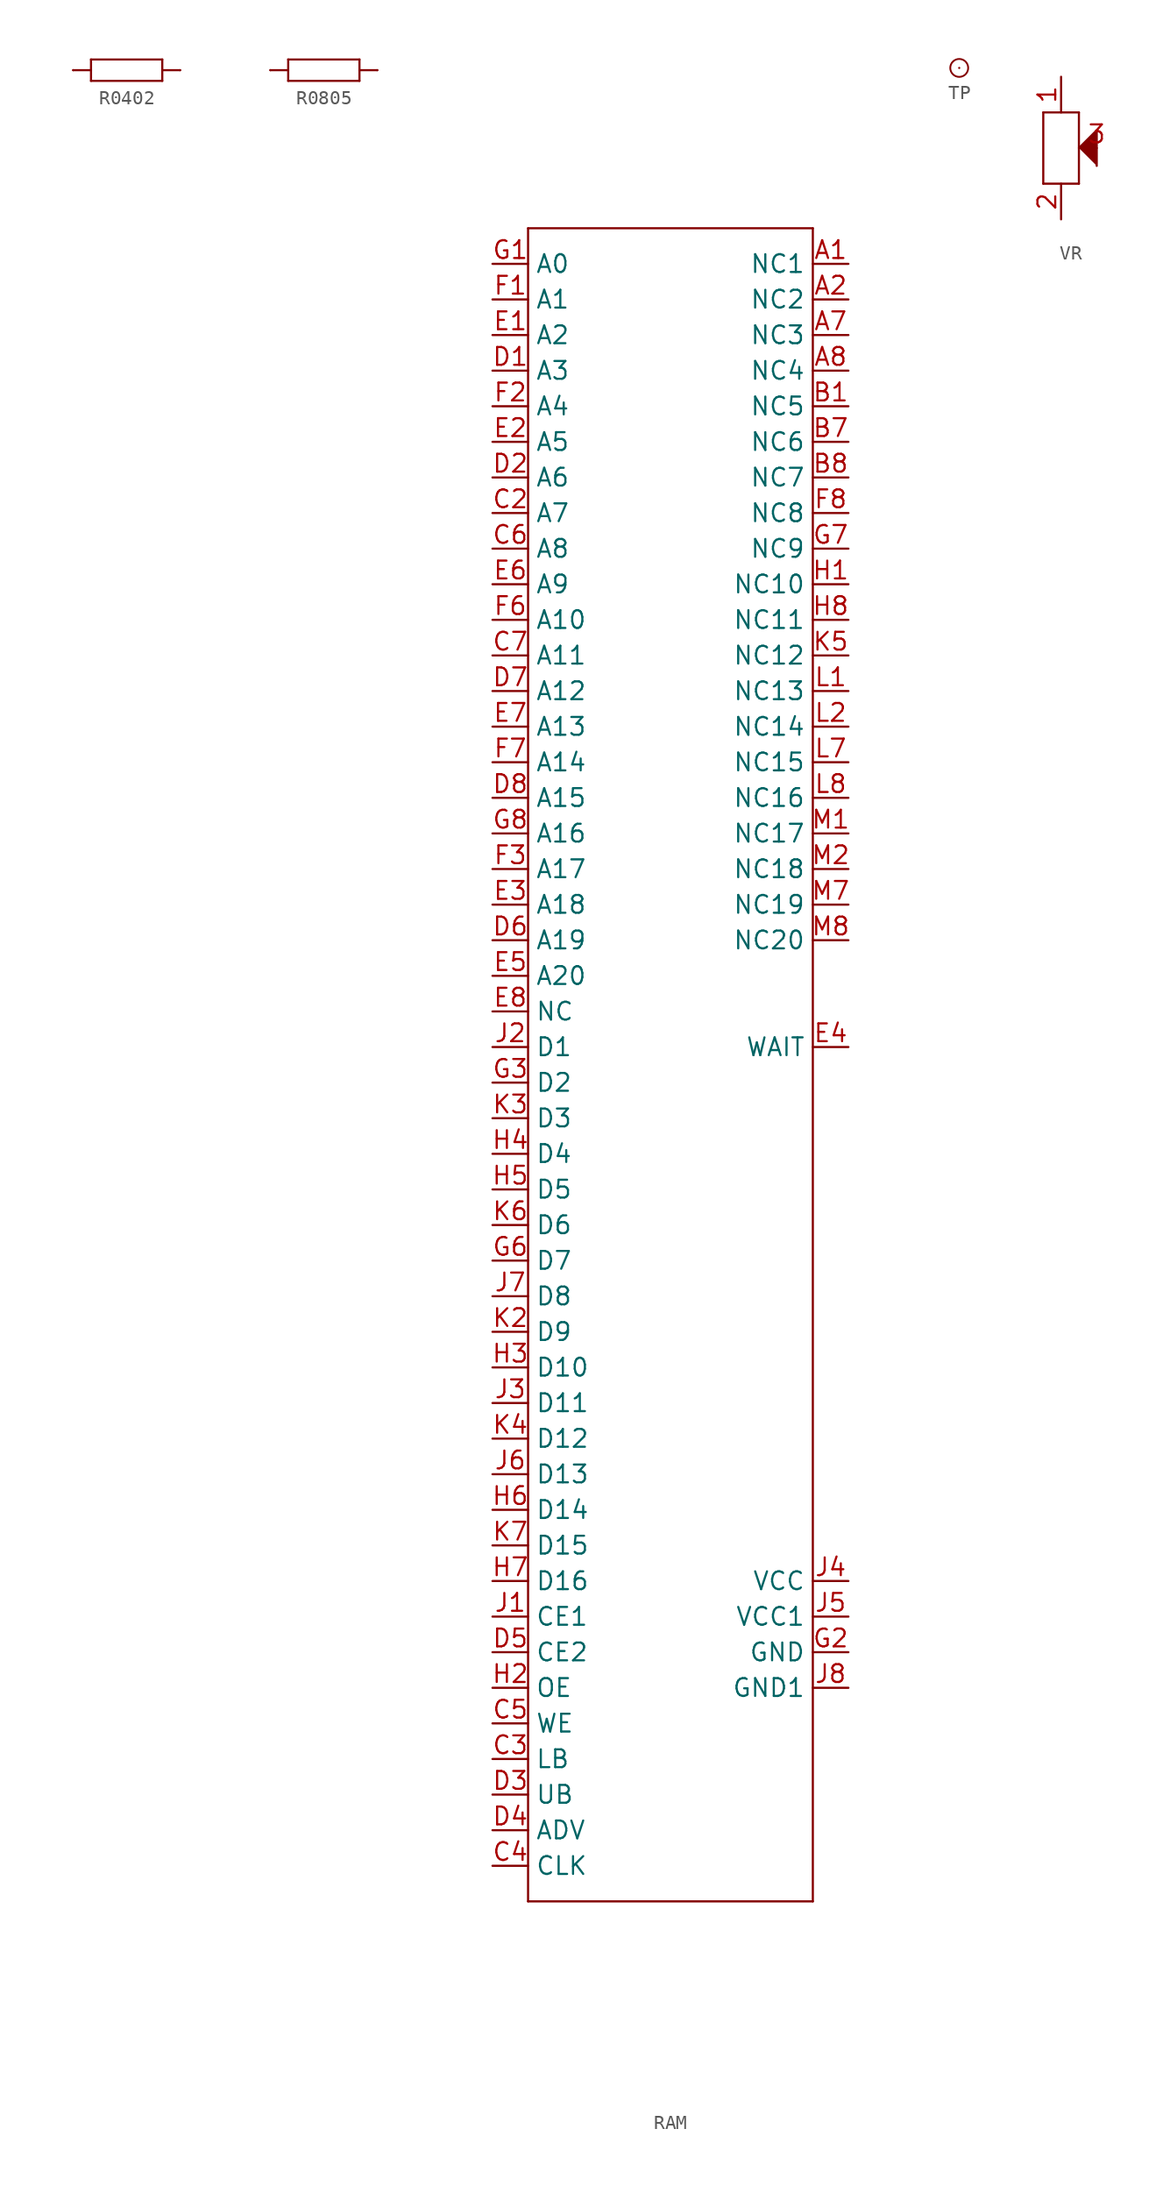
<source format=kicad_sym>
(kicad_symbol_lib
  (version 20231120)
  (generator "kicad_symbol_editor")
  (generator_version "8.0")
  (symbol "R0402"
    (property "Reference" ""
      (at -3.078 -0.447 0)
      (effects (font (size 1.016 0.864)) (justify left bottom) (hide yes)))
    (property "ki_locked" ""
      (at 0 0 0)
      (effects (font (size 1.27 1.27))))
    (symbol "R0402_1_0"
      (polyline (pts (xy -5.08 0) (xy -3.81 0)) (stroke (width 0.152) (type solid)) (fill (type none)))
      (polyline (pts (xy -3.81 -0.762) (xy 1.27 -0.762)) (stroke (width 0.152) (type solid)) (fill (type none)))
      (polyline (pts (xy -3.81 0) (xy -3.81 -0.762)) (stroke (width 0.152) (type solid)) (fill (type none)))
      (polyline (pts (xy -3.81 0.762) (xy -3.81 0)) (stroke (width 0.152) (type solid)) (fill (type none)))
      (polyline (pts (xy -3.81 0.762) (xy 1.27 0.762)) (stroke (width 0.152) (type solid)) (fill (type none)))
      (polyline (pts (xy 1.27 0) (xy 1.27 -0.762)) (stroke (width 0.152) (type solid)) (fill (type none)))
      (polyline (pts (xy 1.27 0.762) (xy 1.27 0)) (stroke (width 0.152) (type solid)) (fill (type none)))
      (polyline (pts (xy 2.54 0) (xy 1.27 0)) (stroke (width 0.152) (type solid)) (fill (type none)))
      (pin passive line (at -5.08 0 0) (length 0) (name "1" (effects (font (size 0 0)))) (number "1" (effects (font (size 0 0)))))
      (pin passive line (at 2.54 0 180) (length 0) (name "2" (effects (font (size 0 0)))) (number "2" (effects (font (size 0 0)))))))
  (symbol "R0805"
    (property "Reference" ""
      (at -3.078 -0.447 0)
      (effects (font (size 1.016 0.864)) (justify left bottom) (hide yes)))
    (property "ki_locked" ""
      (at 0 0 0)
      (effects (font (size 1.27 1.27))))
    (symbol "R0805_1_0"
      (polyline (pts (xy -5.08 0) (xy -3.81 0)) (stroke (width 0.152) (type solid)) (fill (type none)))
      (polyline (pts (xy -3.81 -0.762) (xy 1.27 -0.762)) (stroke (width 0.152) (type solid)) (fill (type none)))
      (polyline (pts (xy -3.81 0) (xy -3.81 -0.762)) (stroke (width 0.152) (type solid)) (fill (type none)))
      (polyline (pts (xy -3.81 0.762) (xy -3.81 0)) (stroke (width 0.152) (type solid)) (fill (type none)))
      (polyline (pts (xy -3.81 0.762) (xy 1.27 0.762)) (stroke (width 0.152) (type solid)) (fill (type none)))
      (polyline (pts (xy 1.27 0) (xy 1.27 -0.762)) (stroke (width 0.152) (type solid)) (fill (type none)))
      (polyline (pts (xy 1.27 0.762) (xy 1.27 0)) (stroke (width 0.152) (type solid)) (fill (type none)))
      (polyline (pts (xy 2.54 0) (xy 1.27 0)) (stroke (width 0.152) (type solid)) (fill (type none)))
      (pin passive line (at -5.08 0 0) (length 0) (name "1" (effects (font (size 0 0)))) (number "1" (effects (font (size 0 0)))))
      (pin passive line (at 2.54 0 180) (length 0) (name "2" (effects (font (size 0 0)))) (number "2" (effects (font (size 0 0)))))))
  (symbol "RAM"
    (property "Reference" ""
      (at -7.62 55.88 0)
      (effects (font (size 1.778 1.511)) (justify left bottom) (hide yes)))
    (property "Value" ""
      (at -10.16 -66.04 0)
      (effects (font (size 1.778 1.511)) (justify left bottom)))
    (property "ki_locked" ""
      (at 0 0 0)
      (effects (font (size 1.27 1.27))))
    (symbol "RAM_1_0"
      (polyline (pts (xy -10.16 -63.5) (xy 10.16 -63.5)) (stroke (width 0.152) (type solid)) (fill (type none)))
      (polyline (pts (xy -10.16 55.88) (xy -10.16 -63.5)) (stroke (width 0.152) (type solid)) (fill (type none)))
      (polyline (pts (xy 10.16 -63.5) (xy 10.16 55.88)) (stroke (width 0.152) (type solid)) (fill (type none)))
      (polyline (pts (xy 10.16 55.88) (xy -10.16 55.88)) (stroke (width 0.152) (type solid)) (fill (type none)))
      (pin bidirectional line (at 12.7 53.34 180) (length 2.54) (name "NC1" (effects (font (size 1.27 1.27)))) (number "A1" (effects (font (size 1.27 1.27)))))
      (pin bidirectional line (at 12.7 50.8 180) (length 2.54) (name "NC2" (effects (font (size 1.27 1.27)))) (number "A2" (effects (font (size 1.27 1.27)))))
      (pin bidirectional line (at 12.7 48.26 180) (length 2.54) (name "NC3" (effects (font (size 1.27 1.27)))) (number "A7" (effects (font (size 1.27 1.27)))))
      (pin bidirectional line (at 12.7 45.72 180) (length 2.54) (name "NC4" (effects (font (size 1.27 1.27)))) (number "A8" (effects (font (size 1.27 1.27)))))
      (pin bidirectional line (at 12.7 43.18 180) (length 2.54) (name "NC5" (effects (font (size 1.27 1.27)))) (number "B1" (effects (font (size 1.27 1.27)))))
      (pin bidirectional line (at 12.7 40.64 180) (length 2.54) (name "NC6" (effects (font (size 1.27 1.27)))) (number "B7" (effects (font (size 1.27 1.27)))))
      (pin bidirectional line (at 12.7 38.1 180) (length 2.54) (name "NC7" (effects (font (size 1.27 1.27)))) (number "B8" (effects (font (size 1.27 1.27)))))
      (pin bidirectional line (at -12.7 35.56 0) (length 2.54) (name "A7" (effects (font (size 1.27 1.27)))) (number "C2" (effects (font (size 1.27 1.27)))))
      (pin bidirectional line (at -12.7 -53.34 0) (length 2.54) (name "LB" (effects (font (size 1.27 1.27)))) (number "C3" (effects (font (size 1.27 1.27)))))
      (pin bidirectional line (at -12.7 -60.96 0) (length 2.54) (name "CLK" (effects (font (size 1.27 1.27)))) (number "C4" (effects (font (size 1.27 1.27)))))
      (pin bidirectional line (at -12.7 -50.8 0) (length 2.54) (name "WE" (effects (font (size 1.27 1.27)))) (number "C5" (effects (font (size 1.27 1.27)))))
      (pin bidirectional line (at -12.7 33.02 0) (length 2.54) (name "A8" (effects (font (size 1.27 1.27)))) (number "C6" (effects (font (size 1.27 1.27)))))
      (pin bidirectional line (at -12.7 25.4 0) (length 2.54) (name "A11" (effects (font (size 1.27 1.27)))) (number "C7" (effects (font (size 1.27 1.27)))))
      (pin bidirectional line (at -12.7 45.72 0) (length 2.54) (name "A3" (effects (font (size 1.27 1.27)))) (number "D1" (effects (font (size 1.27 1.27)))))
      (pin bidirectional line (at -12.7 38.1 0) (length 2.54) (name "A6" (effects (font (size 1.27 1.27)))) (number "D2" (effects (font (size 1.27 1.27)))))
      (pin bidirectional line (at -12.7 -55.88 0) (length 2.54) (name "UB" (effects (font (size 1.27 1.27)))) (number "D3" (effects (font (size 1.27 1.27)))))
      (pin bidirectional line (at -12.7 -58.42 0) (length 2.54) (name "ADV" (effects (font (size 1.27 1.27)))) (number "D4" (effects (font (size 1.27 1.27)))))
      (pin bidirectional line (at -12.7 -45.72 0) (length 2.54) (name "CE2" (effects (font (size 1.27 1.27)))) (number "D5" (effects (font (size 1.27 1.27)))))
      (pin bidirectional line (at -12.7 5.08 0) (length 2.54) (name "A19" (effects (font (size 1.27 1.27)))) (number "D6" (effects (font (size 1.27 1.27)))))
      (pin bidirectional line (at -12.7 22.86 0) (length 2.54) (name "A12" (effects (font (size 1.27 1.27)))) (number "D7" (effects (font (size 1.27 1.27)))))
      (pin bidirectional line (at -12.7 15.24 0) (length 2.54) (name "A15" (effects (font (size 1.27 1.27)))) (number "D8" (effects (font (size 1.27 1.27)))))
      (pin bidirectional line (at -12.7 48.26 0) (length 2.54) (name "A2" (effects (font (size 1.27 1.27)))) (number "E1" (effects (font (size 1.27 1.27)))))
      (pin bidirectional line (at -12.7 40.64 0) (length 2.54) (name "A5" (effects (font (size 1.27 1.27)))) (number "E2" (effects (font (size 1.27 1.27)))))
      (pin bidirectional line (at -12.7 7.62 0) (length 2.54) (name "A18" (effects (font (size 1.27 1.27)))) (number "E3" (effects (font (size 1.27 1.27)))))
      (pin bidirectional line (at 12.7 -2.54 180) (length 2.54) (name "WAIT" (effects (font (size 1.27 1.27)))) (number "E4" (effects (font (size 1.27 1.27)))))
      (pin bidirectional line (at -12.7 2.54 0) (length 2.54) (name "A20" (effects (font (size 1.27 1.27)))) (number "E5" (effects (font (size 1.27 1.27)))))
      (pin bidirectional line (at -12.7 30.48 0) (length 2.54) (name "A9" (effects (font (size 1.27 1.27)))) (number "E6" (effects (font (size 1.27 1.27)))))
      (pin bidirectional line (at -12.7 20.32 0) (length 2.54) (name "A13" (effects (font (size 1.27 1.27)))) (number "E7" (effects (font (size 1.27 1.27)))))
      (pin bidirectional line (at -12.7 0 0) (length 2.54) (name "NC" (effects (font (size 1.27 1.27)))) (number "E8" (effects (font (size 1.27 1.27)))))
      (pin bidirectional line (at -12.7 50.8 0) (length 2.54) (name "A1" (effects (font (size 1.27 1.27)))) (number "F1" (effects (font (size 1.27 1.27)))))
      (pin bidirectional line (at -12.7 43.18 0) (length 2.54) (name "A4" (effects (font (size 1.27 1.27)))) (number "F2" (effects (font (size 1.27 1.27)))))
      (pin bidirectional line (at -12.7 10.16 0) (length 2.54) (name "A17" (effects (font (size 1.27 1.27)))) (number "F3" (effects (font (size 1.27 1.27)))))
      (pin bidirectional line (at -12.7 27.94 0) (length 2.54) (name "A10" (effects (font (size 1.27 1.27)))) (number "F6" (effects (font (size 1.27 1.27)))))
      (pin bidirectional line (at -12.7 17.78 0) (length 2.54) (name "A14" (effects (font (size 1.27 1.27)))) (number "F7" (effects (font (size 1.27 1.27)))))
      (pin bidirectional line (at 12.7 35.56 180) (length 2.54) (name "NC8" (effects (font (size 1.27 1.27)))) (number "F8" (effects (font (size 1.27 1.27)))))
      (pin bidirectional line (at -12.7 53.34 0) (length 2.54) (name "A0" (effects (font (size 1.27 1.27)))) (number "G1" (effects (font (size 1.27 1.27)))))
      (pin bidirectional line (at 12.7 -45.72 180) (length 2.54) (name "GND" (effects (font (size 1.27 1.27)))) (number "G2" (effects (font (size 1.27 1.27)))))
      (pin bidirectional line (at -12.7 -5.08 0) (length 2.54) (name "D2" (effects (font (size 1.27 1.27)))) (number "G3" (effects (font (size 1.27 1.27)))))
      (pin bidirectional line (at -12.7 -17.78 0) (length 2.54) (name "D7" (effects (font (size 1.27 1.27)))) (number "G6" (effects (font (size 1.27 1.27)))))
      (pin bidirectional line (at 12.7 33.02 180) (length 2.54) (name "NC9" (effects (font (size 1.27 1.27)))) (number "G7" (effects (font (size 1.27 1.27)))))
      (pin bidirectional line (at -12.7 12.7 0) (length 2.54) (name "A16" (effects (font (size 1.27 1.27)))) (number "G8" (effects (font (size 1.27 1.27)))))
      (pin bidirectional line (at 12.7 30.48 180) (length 2.54) (name "NC10" (effects (font (size 1.27 1.27)))) (number "H1" (effects (font (size 1.27 1.27)))))
      (pin bidirectional line (at -12.7 -48.26 0) (length 2.54) (name "OE" (effects (font (size 1.27 1.27)))) (number "H2" (effects (font (size 1.27 1.27)))))
      (pin bidirectional line (at -12.7 -25.4 0) (length 2.54) (name "D10" (effects (font (size 1.27 1.27)))) (number "H3" (effects (font (size 1.27 1.27)))))
      (pin bidirectional line (at -12.7 -10.16 0) (length 2.54) (name "D4" (effects (font (size 1.27 1.27)))) (number "H4" (effects (font (size 1.27 1.27)))))
      (pin bidirectional line (at -12.7 -12.7 0) (length 2.54) (name "D5" (effects (font (size 1.27 1.27)))) (number "H5" (effects (font (size 1.27 1.27)))))
      (pin bidirectional line (at -12.7 -35.56 0) (length 2.54) (name "D14" (effects (font (size 1.27 1.27)))) (number "H6" (effects (font (size 1.27 1.27)))))
      (pin bidirectional line (at -12.7 -40.64 0) (length 2.54) (name "D16" (effects (font (size 1.27 1.27)))) (number "H7" (effects (font (size 1.27 1.27)))))
      (pin bidirectional line (at 12.7 27.94 180) (length 2.54) (name "NC11" (effects (font (size 1.27 1.27)))) (number "H8" (effects (font (size 1.27 1.27)))))
      (pin bidirectional line (at -12.7 -43.18 0) (length 2.54) (name "CE1" (effects (font (size 1.27 1.27)))) (number "J1" (effects (font (size 1.27 1.27)))))
      (pin bidirectional line (at -12.7 -2.54 0) (length 2.54) (name "D1" (effects (font (size 1.27 1.27)))) (number "J2" (effects (font (size 1.27 1.27)))))
      (pin bidirectional line (at -12.7 -27.94 0) (length 2.54) (name "D11" (effects (font (size 1.27 1.27)))) (number "J3" (effects (font (size 1.27 1.27)))))
      (pin bidirectional line (at 12.7 -40.64 180) (length 2.54) (name "VCC" (effects (font (size 1.27 1.27)))) (number "J4" (effects (font (size 1.27 1.27)))))
      (pin bidirectional line (at 12.7 -43.18 180) (length 2.54) (name "VCC1" (effects (font (size 1.27 1.27)))) (number "J5" (effects (font (size 1.27 1.27)))))
      (pin bidirectional line (at -12.7 -33.02 0) (length 2.54) (name "D13" (effects (font (size 1.27 1.27)))) (number "J6" (effects (font (size 1.27 1.27)))))
      (pin bidirectional line (at -12.7 -20.32 0) (length 2.54) (name "D8" (effects (font (size 1.27 1.27)))) (number "J7" (effects (font (size 1.27 1.27)))))
      (pin bidirectional line (at 12.7 -48.26 180) (length 2.54) (name "GND1" (effects (font (size 1.27 1.27)))) (number "J8" (effects (font (size 1.27 1.27)))))
      (pin bidirectional line (at -12.7 -22.86 0) (length 2.54) (name "D9" (effects (font (size 1.27 1.27)))) (number "K2" (effects (font (size 1.27 1.27)))))
      (pin bidirectional line (at -12.7 -7.62 0) (length 2.54) (name "D3" (effects (font (size 1.27 1.27)))) (number "K3" (effects (font (size 1.27 1.27)))))
      (pin bidirectional line (at -12.7 -30.48 0) (length 2.54) (name "D12" (effects (font (size 1.27 1.27)))) (number "K4" (effects (font (size 1.27 1.27)))))
      (pin bidirectional line (at 12.7 25.4 180) (length 2.54) (name "NC12" (effects (font (size 1.27 1.27)))) (number "K5" (effects (font (size 1.27 1.27)))))
      (pin bidirectional line (at -12.7 -15.24 0) (length 2.54) (name "D6" (effects (font (size 1.27 1.27)))) (number "K6" (effects (font (size 1.27 1.27)))))
      (pin bidirectional line (at -12.7 -38.1 0) (length 2.54) (name "D15" (effects (font (size 1.27 1.27)))) (number "K7" (effects (font (size 1.27 1.27)))))
      (pin bidirectional line (at 12.7 22.86 180) (length 2.54) (name "NC13" (effects (font (size 1.27 1.27)))) (number "L1" (effects (font (size 1.27 1.27)))))
      (pin bidirectional line (at 12.7 20.32 180) (length 2.54) (name "NC14" (effects (font (size 1.27 1.27)))) (number "L2" (effects (font (size 1.27 1.27)))))
      (pin bidirectional line (at 12.7 17.78 180) (length 2.54) (name "NC15" (effects (font (size 1.27 1.27)))) (number "L7" (effects (font (size 1.27 1.27)))))
      (pin bidirectional line (at 12.7 15.24 180) (length 2.54) (name "NC16" (effects (font (size 1.27 1.27)))) (number "L8" (effects (font (size 1.27 1.27)))))
      (pin bidirectional line (at 12.7 12.7 180) (length 2.54) (name "NC17" (effects (font (size 1.27 1.27)))) (number "M1" (effects (font (size 1.27 1.27)))))
      (pin bidirectional line (at 12.7 10.16 180) (length 2.54) (name "NC18" (effects (font (size 1.27 1.27)))) (number "M2" (effects (font (size 1.27 1.27)))))
      (pin bidirectional line (at 12.7 7.62 180) (length 2.54) (name "NC19" (effects (font (size 1.27 1.27)))) (number "M7" (effects (font (size 1.27 1.27)))))
      (pin bidirectional line (at 12.7 5.08 180) (length 2.54) (name "NC20" (effects (font (size 1.27 1.27)))) (number "M8" (effects (font (size 1.27 1.27)))))))
  (symbol "TP"
    (property "Reference" ""
      (at -0.323 0.72 0)
      (effects (font (size 1.016 0.864)) (justify left bottom) (hide yes)))
    (property "ki_locked" ""
      (at 0 0 0)
      (effects (font (size 1.27 1.27))))
    (symbol "TP_1_0"
      (circle (center 0 0) (radius 0.635) (stroke (width 0.127) (type solid)) (fill (type none)))
      (pin bidirectional line (at 0 0 0) (length 0) (name "P$1" (effects (font (size 0 0)))) (number "P$1" (effects (font (size 0 0)))))))
  (symbol "VR"
    (property "Reference" ""
      (at -1.444 -2.459 90)
      (effects (font (size 1.27 1.079)) (justify left bottom) (hide yes)))
    (property "ki_locked" ""
      (at 0 0 0)
      (effects (font (size 1.27 1.27))))
    (symbol "VR_1_0"
      (polyline (pts (xy -1.27 -2.54) (xy 1.27 -2.54)) (stroke (width 0.152) (type solid)) (fill (type none)))
      (polyline (pts (xy -1.27 2.54) (xy -1.27 -2.54)) (stroke (width 0.152) (type solid)) (fill (type none)))
      (polyline (pts (xy 1.27 -2.54) (xy 1.27 2.54)) (stroke (width 0.152) (type solid)) (fill (type none)))
      (polyline (pts (xy 1.27 2.54) (xy -1.27 2.54)) (stroke (width 0.152) (type solid)) (fill (type none)))
      (polyline (pts (xy 1.27 0) (xy 2.54 1.27) (xy 2.54 -1.27)) (stroke (width 0.152) (type solid)) (fill (type outline)))
      (pin bidirectional line (at 0 5.08 270) (length 2.54) (name "1" (effects (font (size 0 0)))) (number "1" (effects (font (size 1.27 1.27)))))
      (pin bidirectional line (at 0 -5.08 90) (length 2.54) (name "2" (effects (font (size 0 0)))) (number "2" (effects (font (size 1.27 1.27)))))
      (pin bidirectional line (at 2.54 0 0) (length 0) (name "3" (effects (font (size 0 0)))) (number "3" (effects (font (size 1.27 1.27))))))))
</source>
